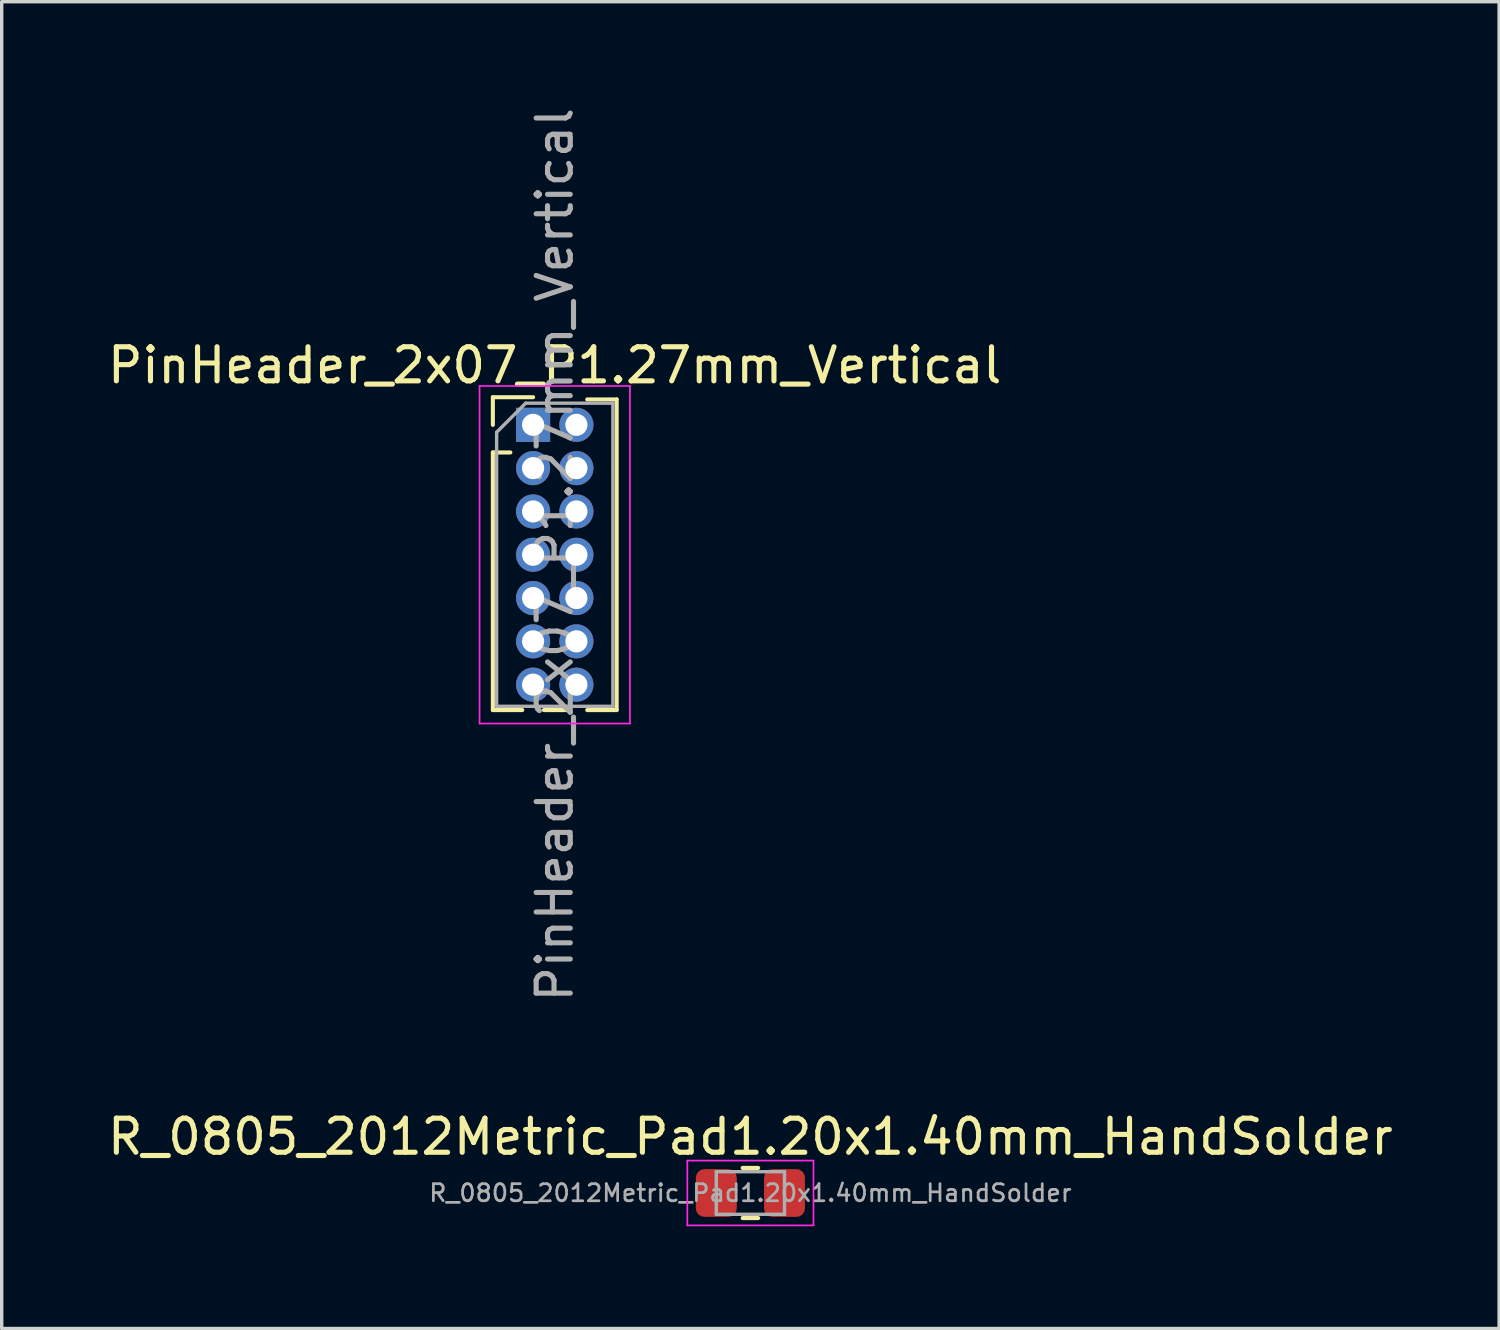
<source format=kicad_pcb>
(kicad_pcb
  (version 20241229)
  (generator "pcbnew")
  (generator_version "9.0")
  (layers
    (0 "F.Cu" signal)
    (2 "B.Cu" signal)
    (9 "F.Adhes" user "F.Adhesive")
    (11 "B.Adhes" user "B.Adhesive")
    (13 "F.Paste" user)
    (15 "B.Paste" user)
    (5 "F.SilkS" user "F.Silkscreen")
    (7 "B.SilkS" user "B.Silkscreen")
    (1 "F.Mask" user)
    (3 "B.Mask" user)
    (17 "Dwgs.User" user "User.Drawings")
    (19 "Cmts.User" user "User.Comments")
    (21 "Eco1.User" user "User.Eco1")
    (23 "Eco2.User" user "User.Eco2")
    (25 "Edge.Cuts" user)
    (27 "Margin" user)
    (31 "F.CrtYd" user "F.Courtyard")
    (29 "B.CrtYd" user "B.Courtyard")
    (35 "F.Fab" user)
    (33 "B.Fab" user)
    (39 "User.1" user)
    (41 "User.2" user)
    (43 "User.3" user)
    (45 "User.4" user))
  (footprint "R_0805_2012Metric_Pad1.20x1.40mm_HandSolder"
    (layer "F.Cu")
    (at 18.958 31.939)
    (property "Reference" "R_0805_2012Metric_Pad1.20x1.40mm_HandSolder" (at 0 -1.65 0) (layer "F.SilkS") (effects (font (size 1 1) (thickness 0.15))))
    (attr smd)
    (fp_line (start -0.227 -0.735) (end 0.227 -0.735) (stroke (width 0.12) (type solid)) (layer "F.SilkS"))
    (fp_line (start -0.227 0.735) (end 0.227 0.735) (stroke (width 0.12) (type solid)) (layer "F.SilkS"))
    (fp_line (start -1.85 -0.95) (end 1.85 -0.95) (stroke (width 0.05) (type solid)) (layer "F.CrtYd"))
    (fp_line (start -1.85 0.95) (end -1.85 -0.95) (stroke (width 0.05) (type solid)) (layer "F.CrtYd"))
    (fp_line (start 1.85 -0.95) (end 1.85 0.95) (stroke (width 0.05) (type solid)) (layer "F.CrtYd"))
    (fp_line (start 1.85 0.95) (end -1.85 0.95) (stroke (width 0.05) (type solid)) (layer "F.CrtYd"))
    (fp_line (start -1 -0.625) (end 1 -0.625) (stroke (width 0.1) (type solid)) (layer "F.Fab"))
    (fp_line (start -1 0.625) (end -1 -0.625) (stroke (width 0.1) (type solid)) (layer "F.Fab"))
    (fp_line (start 1 -0.625) (end 1 0.625) (stroke (width 0.1) (type solid)) (layer "F.Fab"))
    (fp_line (start 1 0.625) (end -1 0.625) (stroke (width 0.1) (type solid)) (layer "F.Fab"))
    (fp_text user "${REFERENCE}" (at 0 0 0) (layer "F.Fab") (effects (font (size 0.5 0.5) (thickness 0.08))))
    (pad "1" smd roundrect (at -1 0) (size 1.2 1.4) (layers "F.Cu" "F.Mask" "F.Paste") (roundrect_rratio 0.208))
    (pad "2" smd roundrect (at 1 0) (size 1.2 1.4) (layers "F.Cu" "F.Mask" "F.Paste") (roundrect_rratio 0.208)))
  (footprint "PinHeader_2x07_P1.27mm_Vertical"
    (layer "F.Cu")
    (at 12.585 9.41)
    (property "Reference" "PinHeader_2x07_P1.27mm_Vertical" (at 0.635 -1.745 0) (layer "F.SilkS") (effects (font (size 1 1) (thickness 0.15))))
    (attr through_hole)
    (fp_line (start -1.18 -0.81) (end 0 -0.81) (stroke (width 0.12) (type solid)) (layer "F.SilkS"))
    (fp_line (start -1.18 0) (end -1.18 -0.81) (stroke (width 0.12) (type solid)) (layer "F.SilkS"))
    (fp_line (start -1.18 0.81) (end -1.18 8.365) (stroke (width 0.12) (type solid)) (layer "F.SilkS"))
    (fp_line (start -1.18 0.81) (end -0.667 0.81) (stroke (width 0.12) (type solid)) (layer "F.SilkS"))
    (fp_line (start -1.18 8.365) (end -0.318 8.365) (stroke (width 0.12) (type solid)) (layer "F.SilkS"))
    (fp_line (start 0.318 8.365) (end 0.952 8.365) (stroke (width 0.12) (type solid)) (layer "F.SilkS"))
    (fp_line (start 1.588 -0.745) (end 2.45 -0.745) (stroke (width 0.12) (type solid)) (layer "F.SilkS"))
    (fp_line (start 1.588 8.365) (end 2.45 8.365) (stroke (width 0.12) (type solid)) (layer "F.SilkS"))
    (fp_line (start 2.45 -0.745) (end 2.45 8.365) (stroke (width 0.12) (type solid)) (layer "F.SilkS"))
    (fp_line (start -1.57 -1.14) (end -1.57 8.76) (stroke (width 0.05) (type solid)) (layer "F.CrtYd"))
    (fp_line (start -1.57 8.76) (end 2.84 8.76) (stroke (width 0.05) (type solid)) (layer "F.CrtYd"))
    (fp_line (start 2.84 -1.14) (end -1.57 -1.14) (stroke (width 0.05) (type solid)) (layer "F.CrtYd"))
    (fp_line (start 2.84 8.76) (end 2.84 -1.14) (stroke (width 0.05) (type solid)) (layer "F.CrtYd"))
    (fp_line (start -1.07 0.217) (end -0.217 -0.635) (stroke (width 0.1) (type solid)) (layer "F.Fab"))
    (fp_line (start -1.07 8.255) (end -1.07 0.217) (stroke (width 0.1) (type solid)) (layer "F.Fab"))
    (fp_line (start -0.217 -0.635) (end 2.34 -0.635) (stroke (width 0.1) (type solid)) (layer "F.Fab"))
    (fp_line (start 2.34 -0.635) (end 2.34 8.255) (stroke (width 0.1) (type solid)) (layer "F.Fab"))
    (fp_line (start 2.34 8.255) (end -1.07 8.255) (stroke (width 0.1) (type solid)) (layer "F.Fab"))
    (fp_text user "${REFERENCE}" (at 0.635 3.81 90) (layer "F.Fab") (effects (font (size 1 1) (thickness 0.15))))
    (pad "1" thru_hole rect (at 0 0) (size 1 1) (drill 0.65) (layers "*.Cu" "*.Mask"))
    (pad "2" thru_hole circle (at 1.27 0) (size 1 1) (drill 0.65) (layers "*.Cu" "*.Mask"))
    (pad "3" thru_hole circle (at 0 1.27) (size 1 1) (drill 0.65) (layers "*.Cu" "*.Mask"))
    (pad "4" thru_hole circle (at 1.27 1.27) (size 1 1) (drill 0.65) (layers "*.Cu" "*.Mask"))
    (pad "5" thru_hole circle (at 0 2.54) (size 1 1) (drill 0.65) (layers "*.Cu" "*.Mask"))
    (pad "6" thru_hole circle (at 1.27 2.54) (size 1 1) (drill 0.65) (layers "*.Cu" "*.Mask"))
    (pad "7" thru_hole circle (at 0 3.81) (size 1 1) (drill 0.65) (layers "*.Cu" "*.Mask"))
    (pad "8" thru_hole circle (at 1.27 3.81) (size 1 1) (drill 0.65) (layers "*.Cu" "*.Mask"))
    (pad "9" thru_hole circle (at 0 5.08) (size 1 1) (drill 0.65) (layers "*.Cu" "*.Mask"))
    (pad "10" thru_hole circle (at 1.27 5.08) (size 1 1) (drill 0.65) (layers "*.Cu" "*.Mask"))
    (pad "11" thru_hole circle (at 0 6.35) (size 1 1) (drill 0.65) (layers "*.Cu" "*.Mask"))
    (pad "12" thru_hole circle (at 1.27 6.35) (size 1 1) (drill 0.65) (layers "*.Cu" "*.Mask"))
    (pad "13" thru_hole circle (at 0 7.62) (size 1 1) (drill 0.65) (layers "*.Cu" "*.Mask"))
    (pad "14" thru_hole circle (at 1.27 7.62) (size 1 1) (drill 0.65) (layers "*.Cu" "*.Mask")))
  (gr_rect
    (start -3 -3)
    (end 40.917 35.914)
    (stroke (width 0.1) (type default))
    (fill no)
    (layer "Edge.Cuts")))
</source>
